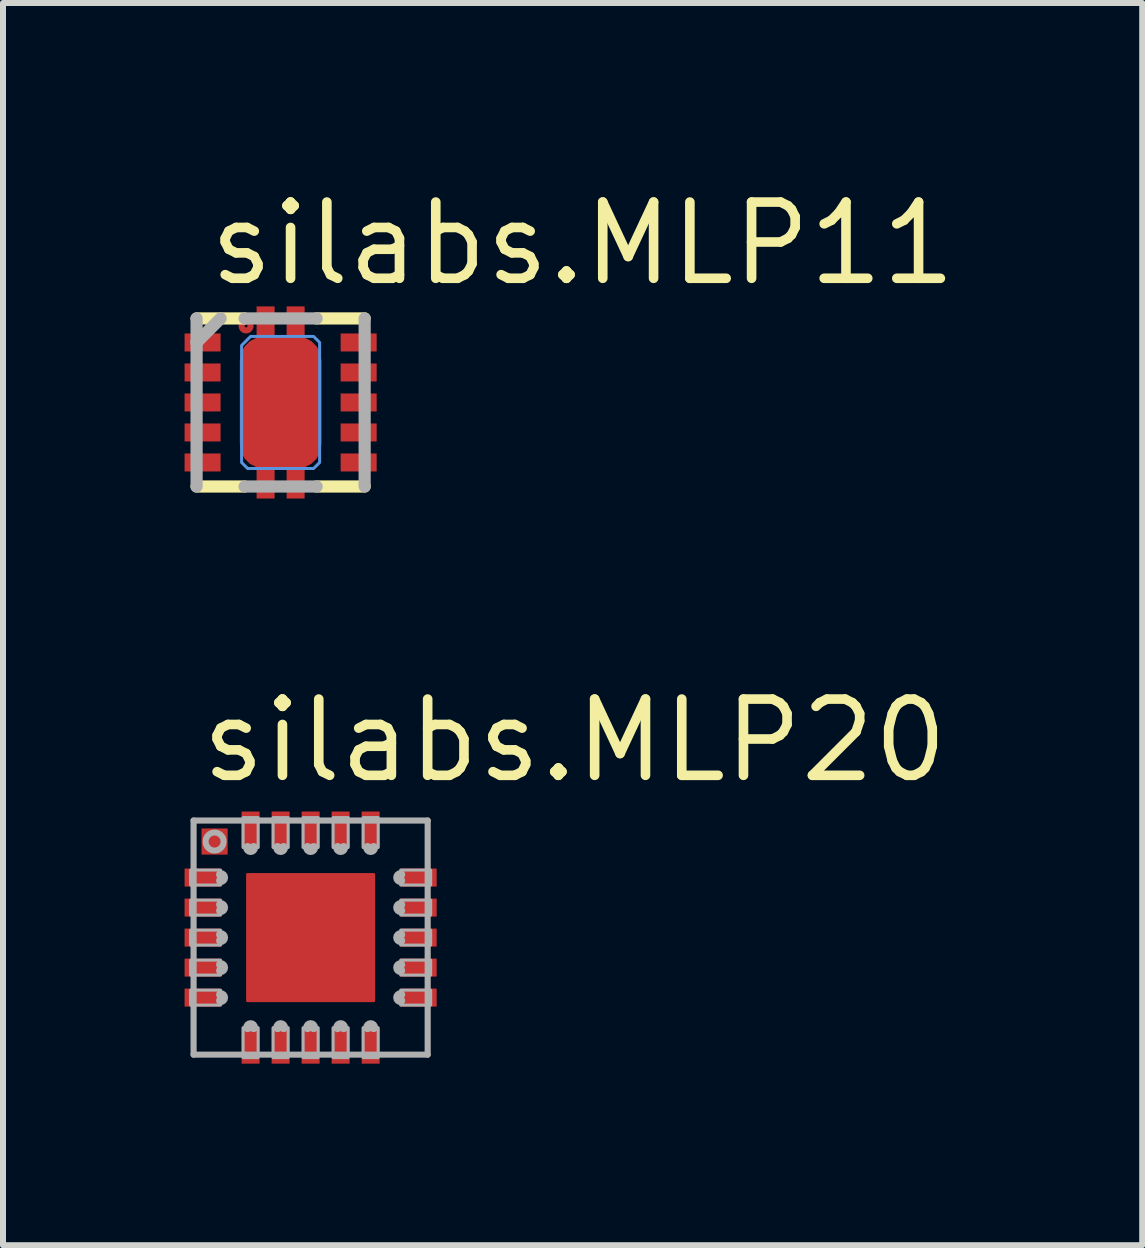
<source format=kicad_pcb>
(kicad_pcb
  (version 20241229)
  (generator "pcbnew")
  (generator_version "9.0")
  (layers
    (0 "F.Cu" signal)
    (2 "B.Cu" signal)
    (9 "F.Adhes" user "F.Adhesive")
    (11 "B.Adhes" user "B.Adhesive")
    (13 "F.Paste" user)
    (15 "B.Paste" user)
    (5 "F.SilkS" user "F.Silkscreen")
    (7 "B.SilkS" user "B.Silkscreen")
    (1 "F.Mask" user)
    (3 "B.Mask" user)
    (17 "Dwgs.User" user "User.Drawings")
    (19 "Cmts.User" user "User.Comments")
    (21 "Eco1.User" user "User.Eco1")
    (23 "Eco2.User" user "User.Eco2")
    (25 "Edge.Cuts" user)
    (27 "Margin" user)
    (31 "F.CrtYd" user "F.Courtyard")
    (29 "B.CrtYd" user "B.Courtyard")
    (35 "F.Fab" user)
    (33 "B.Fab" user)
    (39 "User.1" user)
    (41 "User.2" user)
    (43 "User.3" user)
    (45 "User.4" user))
  (footprint "silabs.MLP20"
    (layer "F.Cu")
    (at 2.125 12.57)
    (property "Reference" "silabs.MLP20" (at -1.905 -2.54 0) (layer "F.SilkS") (effects (font (size 1.27 1.27) (thickness 0.16)) (justify left bottom)))
    (attr smd)
    (fp_rect (start -2.1 -0.85) (end -1.5 -1.15) (stroke (width 0.05) (type default)) (fill yes) (layer "F.Mask"))
    (fp_rect (start -2.1 -0.35) (end -1.5 -0.65) (stroke (width 0.05) (type default)) (fill yes) (layer "F.Mask"))
    (fp_rect (start -2.1 0.15) (end -1.5 -0.15) (stroke (width 0.05) (type default)) (fill yes) (layer "F.Mask"))
    (fp_rect (start -2.1 0.65) (end -1.5 0.35) (stroke (width 0.05) (type default)) (fill yes) (layer "F.Mask"))
    (fp_rect (start -2.1 1.15) (end -1.5 0.85) (stroke (width 0.05) (type default)) (fill yes) (layer "F.Mask"))
    (fp_rect (start -1.82 -1.38) (end -1.38 -1.82) (stroke (width 0.05) (type default)) (fill yes) (layer "F.Mask"))
    (fp_rect (start -1.15 -1.5) (end -0.85 -2.1) (stroke (width 0.05) (type default)) (fill yes) (layer "F.Mask"))
    (fp_rect (start -1.15 2.1) (end -0.85 1.5) (stroke (width 0.05) (type default)) (fill yes) (layer "F.Mask"))
    (fp_rect (start -0.8 -0.6) (end -0.2 -0.9) (stroke (width 0.05) (type default)) (fill yes) (layer "F.Mask"))
    (fp_rect (start -0.8 -0.1) (end -0.2 -0.4) (stroke (width 0.05) (type default)) (fill yes) (layer "F.Mask"))
    (fp_rect (start -0.8 0.4) (end -0.2 0.1) (stroke (width 0.05) (type default)) (fill yes) (layer "F.Mask"))
    (fp_rect (start -0.8 0.9) (end -0.2 0.6) (stroke (width 0.05) (type default)) (fill yes) (layer "F.Mask"))
    (fp_rect (start -0.65 -1.5) (end -0.35 -2.1) (stroke (width 0.05) (type default)) (fill yes) (layer "F.Mask"))
    (fp_rect (start -0.65 2.1) (end -0.35 1.5) (stroke (width 0.05) (type default)) (fill yes) (layer "F.Mask"))
    (fp_rect (start -0.15 -1.5) (end 0.15 -2.1) (stroke (width 0.05) (type default)) (fill yes) (layer "F.Mask"))
    (fp_rect (start -0.15 2.1) (end 0.15 1.5) (stroke (width 0.05) (type default)) (fill yes) (layer "F.Mask"))
    (fp_rect (start 0.2 -0.6) (end 0.8 -0.9) (stroke (width 0.05) (type default)) (fill yes) (layer "F.Mask"))
    (fp_rect (start 0.2 -0.1) (end 0.8 -0.4) (stroke (width 0.05) (type default)) (fill yes) (layer "F.Mask"))
    (fp_rect (start 0.2 0.4) (end 0.8 0.1) (stroke (width 0.05) (type default)) (fill yes) (layer "F.Mask"))
    (fp_rect (start 0.2 0.9) (end 0.8 0.6) (stroke (width 0.05) (type default)) (fill yes) (layer "F.Mask"))
    (fp_rect (start 0.35 -1.5) (end 0.65 -2.1) (stroke (width 0.05) (type default)) (fill yes) (layer "F.Mask"))
    (fp_rect (start 0.35 2.1) (end 0.65 1.5) (stroke (width 0.05) (type default)) (fill yes) (layer "F.Mask"))
    (fp_rect (start 0.85 -1.5) (end 1.15 -2.1) (stroke (width 0.05) (type default)) (fill yes) (layer "F.Mask"))
    (fp_rect (start 0.85 2.1) (end 1.15 1.5) (stroke (width 0.05) (type default)) (fill yes) (layer "F.Mask"))
    (fp_rect (start 1.5 -0.85) (end 2.1 -1.15) (stroke (width 0.05) (type default)) (fill yes) (layer "F.Mask"))
    (fp_rect (start 1.5 -0.35) (end 2.1 -0.65) (stroke (width 0.05) (type default)) (fill yes) (layer "F.Mask"))
    (fp_rect (start 1.5 0.15) (end 2.1 -0.15) (stroke (width 0.05) (type default)) (fill yes) (layer "F.Mask"))
    (fp_rect (start 1.5 0.65) (end 2.1 0.35) (stroke (width 0.05) (type default)) (fill yes) (layer "F.Mask"))
    (fp_rect (start 1.5 1.15) (end 2.1 0.85) (stroke (width 0.05) (type default)) (fill yes) (layer "F.Mask"))
    (fp_rect (start -2.075 -0.875) (end -1.525 -1.125) (stroke (width 0.05) (type default)) (fill yes) (layer "F.Paste"))
    (fp_rect (start -2.075 -0.375) (end -1.525 -0.625) (stroke (width 0.05) (type default)) (fill yes) (layer "F.Paste"))
    (fp_rect (start -2.075 0.125) (end -1.525 -0.125) (stroke (width 0.05) (type default)) (fill yes) (layer "F.Paste"))
    (fp_rect (start -2.075 0.625) (end -1.525 0.375) (stroke (width 0.05) (type default)) (fill yes) (layer "F.Paste"))
    (fp_rect (start -2.075 1.125) (end -1.525 0.875) (stroke (width 0.05) (type default)) (fill yes) (layer "F.Paste"))
    (fp_rect (start -1.8 -1.4) (end -1.4 -1.8) (stroke (width 0.05) (type default)) (fill yes) (layer "F.Paste"))
    (fp_rect (start -1.125 -1.525) (end -0.875 -2.075) (stroke (width 0.05) (type default)) (fill yes) (layer "F.Paste"))
    (fp_rect (start -1.125 2.075) (end -0.875 1.525) (stroke (width 0.05) (type default)) (fill yes) (layer "F.Paste"))
    (fp_rect (start -0.775 -0.625) (end -0.225 -0.875) (stroke (width 0.05) (type default)) (fill yes) (layer "F.Paste"))
    (fp_rect (start -0.775 -0.125) (end -0.225 -0.375) (stroke (width 0.05) (type default)) (fill yes) (layer "F.Paste"))
    (fp_rect (start -0.775 0.375) (end -0.225 0.125) (stroke (width 0.05) (type default)) (fill yes) (layer "F.Paste"))
    (fp_rect (start -0.775 0.875) (end -0.225 0.625) (stroke (width 0.05) (type default)) (fill yes) (layer "F.Paste"))
    (fp_rect (start -0.625 -1.525) (end -0.375 -2.075) (stroke (width 0.05) (type default)) (fill yes) (layer "F.Paste"))
    (fp_rect (start -0.625 2.075) (end -0.375 1.525) (stroke (width 0.05) (type default)) (fill yes) (layer "F.Paste"))
    (fp_rect (start -0.125 -1.525) (end 0.125 -2.075) (stroke (width 0.05) (type default)) (fill yes) (layer "F.Paste"))
    (fp_rect (start -0.125 2.075) (end 0.125 1.525) (stroke (width 0.05) (type default)) (fill yes) (layer "F.Paste"))
    (fp_rect (start 0.225 -0.625) (end 0.775 -0.875) (stroke (width 0.05) (type default)) (fill yes) (layer "F.Paste"))
    (fp_rect (start 0.225 -0.125) (end 0.775 -0.375) (stroke (width 0.05) (type default)) (fill yes) (layer "F.Paste"))
    (fp_rect (start 0.225 0.375) (end 0.775 0.125) (stroke (width 0.05) (type default)) (fill yes) (layer "F.Paste"))
    (fp_rect (start 0.225 0.875) (end 0.775 0.625) (stroke (width 0.05) (type default)) (fill yes) (layer "F.Paste"))
    (fp_rect (start 0.375 -1.525) (end 0.625 -2.075) (stroke (width 0.05) (type default)) (fill yes) (layer "F.Paste"))
    (fp_rect (start 0.375 2.075) (end 0.625 1.525) (stroke (width 0.05) (type default)) (fill yes) (layer "F.Paste"))
    (fp_rect (start 0.875 -1.525) (end 1.125 -2.075) (stroke (width 0.05) (type default)) (fill yes) (layer "F.Paste"))
    (fp_rect (start 0.875 2.075) (end 1.125 1.525) (stroke (width 0.05) (type default)) (fill yes) (layer "F.Paste"))
    (fp_rect (start 1.525 -0.875) (end 2.075 -1.125) (stroke (width 0.05) (type default)) (fill yes) (layer "F.Paste"))
    (fp_rect (start 1.525 -0.375) (end 2.075 -0.625) (stroke (width 0.05) (type default)) (fill yes) (layer "F.Paste"))
    (fp_rect (start 1.525 0.125) (end 2.075 -0.125) (stroke (width 0.05) (type default)) (fill yes) (layer "F.Paste"))
    (fp_rect (start 1.525 0.625) (end 2.075 0.375) (stroke (width 0.05) (type default)) (fill yes) (layer "F.Paste"))
    (fp_rect (start 1.525 1.125) (end 2.075 0.875) (stroke (width 0.05) (type default)) (fill yes) (layer "F.Paste"))
    (fp_line (start -1.95 -1.95) (end 1.95 -1.95) (stroke (width 0.102) (type default)) (layer "F.Fab"))
    (fp_line (start -1.95 1.95) (end -1.95 -1.95) (stroke (width 0.102) (type default)) (layer "F.Fab"))
    (fp_line (start 1.95 -1.95) (end 1.95 1.95) (stroke (width 0.102) (type default)) (layer "F.Fab"))
    (fp_line (start 1.95 1.95) (end -1.95 1.95) (stroke (width 0.102) (type default)) (layer "F.Fab"))
    (fp_rect (start -2 -0.875) (end -1.5 -1.125) (stroke (width 0.05) (type default)) (fill no) (layer "F.Fab"))
    (fp_rect (start -2 -0.375) (end -1.5 -0.625) (stroke (width 0.05) (type default)) (fill no) (layer "F.Fab"))
    (fp_rect (start -2 0.125) (end -1.5 -0.125) (stroke (width 0.05) (type default)) (fill no) (layer "F.Fab"))
    (fp_rect (start -2 0.625) (end -1.5 0.375) (stroke (width 0.05) (type default)) (fill no) (layer "F.Fab"))
    (fp_rect (start -2 1.125) (end -1.5 0.875) (stroke (width 0.05) (type default)) (fill no) (layer "F.Fab"))
    (fp_rect (start -1.125 -1.5) (end -0.875 -2) (stroke (width 0.05) (type default)) (fill no) (layer "F.Fab"))
    (fp_rect (start -1.125 2) (end -0.875 1.5) (stroke (width 0.05) (type default)) (fill no) (layer "F.Fab"))
    (fp_rect (start -0.625 -1.5) (end -0.375 -2) (stroke (width 0.05) (type default)) (fill no) (layer "F.Fab"))
    (fp_rect (start -0.625 2) (end -0.375 1.5) (stroke (width 0.05) (type default)) (fill no) (layer "F.Fab"))
    (fp_rect (start -0.125 -1.5) (end 0.125 -2) (stroke (width 0.05) (type default)) (fill no) (layer "F.Fab"))
    (fp_rect (start -0.125 2) (end 0.125 1.5) (stroke (width 0.05) (type default)) (fill no) (layer "F.Fab"))
    (fp_rect (start 0.375 -1.5) (end 0.625 -2) (stroke (width 0.05) (type default)) (fill no) (layer "F.Fab"))
    (fp_rect (start 0.375 2) (end 0.625 1.5) (stroke (width 0.05) (type default)) (fill no) (layer "F.Fab"))
    (fp_rect (start 0.875 -1.5) (end 1.125 -2) (stroke (width 0.05) (type default)) (fill no) (layer "F.Fab"))
    (fp_rect (start 0.875 2) (end 1.125 1.5) (stroke (width 0.05) (type default)) (fill no) (layer "F.Fab"))
    (fp_rect (start 1.5 -0.875) (end 2 -1.125) (stroke (width 0.05) (type default)) (fill no) (layer "F.Fab"))
    (fp_rect (start 1.5 -0.375) (end 2 -0.625) (stroke (width 0.05) (type default)) (fill no) (layer "F.Fab"))
    (fp_rect (start 1.5 0.125) (end 2 -0.125) (stroke (width 0.05) (type default)) (fill no) (layer "F.Fab"))
    (fp_rect (start 1.5 0.625) (end 2 0.375) (stroke (width 0.05) (type default)) (fill no) (layer "F.Fab"))
    (fp_rect (start 1.5 1.125) (end 2 0.875) (stroke (width 0.05) (type default)) (fill no) (layer "F.Fab"))
    (fp_arc (start -1.5 -1.05) (mid -1.45 -1) (end -1.5 -0.95) (stroke (width 0.15) (type default)) (layer "F.Fab"))
    (fp_arc (start -1.5 -0.55) (mid -1.45 -0.5) (end -1.5 -0.45) (stroke (width 0.15) (type default)) (layer "F.Fab"))
    (fp_arc (start -1.5 -0.05) (mid -1.45 0) (end -1.5 0.05) (stroke (width 0.15) (type default)) (layer "F.Fab"))
    (fp_arc (start -1.5 0.45) (mid -1.45 0.5) (end -1.5 0.55) (stroke (width 0.15) (type default)) (layer "F.Fab"))
    (fp_arc (start -1.5 0.95) (mid -1.45 1) (end -1.5 1.05) (stroke (width 0.15) (type default)) (layer "F.Fab"))
    (fp_arc (start -1.05 1.5) (mid -1 1.45) (end -0.95 1.5) (stroke (width 0.15) (type default)) (layer "F.Fab"))
    (fp_arc (start -0.95 -1.5) (mid -1 -1.45) (end -1.05 -1.5) (stroke (width 0.15) (type default)) (layer "F.Fab"))
    (fp_arc (start -0.55 1.5) (mid -0.5 1.45) (end -0.45 1.5) (stroke (width 0.15) (type default)) (layer "F.Fab"))
    (fp_arc (start -0.45 -1.5) (mid -0.5 -1.45) (end -0.55 -1.5) (stroke (width 0.15) (type default)) (layer "F.Fab"))
    (fp_arc (start -0.05 1.5) (mid 0 1.45) (end 0.05 1.5) (stroke (width 0.15) (type default)) (layer "F.Fab"))
    (fp_arc (start 0.05 -1.5) (mid 0 -1.45) (end -0.05 -1.5) (stroke (width 0.15) (type default)) (layer "F.Fab"))
    (fp_arc (start 0.45 1.5) (mid 0.5 1.45) (end 0.55 1.5) (stroke (width 0.15) (type default)) (layer "F.Fab"))
    (fp_arc (start 0.55 -1.5) (mid 0.5 -1.45) (end 0.45 -1.5) (stroke (width 0.15) (type default)) (layer "F.Fab"))
    (fp_arc (start 0.95 1.5) (mid 1 1.45) (end 1.05 1.5) (stroke (width 0.15) (type default)) (layer "F.Fab"))
    (fp_arc (start 1.05 -1.5) (mid 1 -1.45) (end 0.95 -1.5) (stroke (width 0.15) (type default)) (layer "F.Fab"))
    (fp_arc (start 1.5 -0.95) (mid 1.45 -1) (end 1.5 -1.05) (stroke (width 0.15) (type default)) (layer "F.Fab"))
    (fp_arc (start 1.5 -0.45) (mid 1.45 -0.5) (end 1.5 -0.55) (stroke (width 0.15) (type default)) (layer "F.Fab"))
    (fp_arc (start 1.5 0.05) (mid 1.45 0) (end 1.5 -0.05) (stroke (width 0.15) (type default)) (layer "F.Fab"))
    (fp_arc (start 1.5 0.55) (mid 1.45 0.5) (end 1.5 0.45) (stroke (width 0.15) (type default)) (layer "F.Fab"))
    (fp_arc (start 1.5 1.05) (mid 1.45 1) (end 1.5 0.95) (stroke (width 0.15) (type default)) (layer "F.Fab"))
    (fp_circle (center -1.6 -1.6) (end -1.45 -1.6) (stroke (width 0.1) (type default)) (fill no) (layer "F.Fab"))
    (pad "1" smd roundrect (at -1.8 -1 90) (size 0.3 0.6) (layers "F.Cu" "F.Mask" "F.Paste") (roundrect_rratio 0.01))
    (pad "2" smd roundrect (at -1.8 -0.5 90) (size 0.3 0.6) (layers "F.Cu" "F.Mask" "F.Paste") (roundrect_rratio 0.01))
    (pad "3" smd roundrect (at -1.8 0 90) (size 0.3 0.6) (layers "F.Cu" "F.Mask" "F.Paste") (roundrect_rratio 0.01))
    (pad "4" smd roundrect (at -1.8 0.5 90) (size 0.3 0.6) (layers "F.Cu" "F.Mask" "F.Paste") (roundrect_rratio 0.01))
    (pad "5" smd roundrect (at -1.8 1 90) (size 0.3 0.6) (layers "F.Cu" "F.Mask" "F.Paste") (roundrect_rratio 0.01))
    (pad "6" smd roundrect (at -1 1.8 180) (size 0.3 0.6) (layers "F.Cu" "F.Mask" "F.Paste") (roundrect_rratio 0.01))
    (pad "7" smd roundrect (at -0.5 1.8 180) (size 0.3 0.6) (layers "F.Cu" "F.Mask" "F.Paste") (roundrect_rratio 0.01))
    (pad "8" smd roundrect (at 0 1.8 180) (size 0.3 0.6) (layers "F.Cu" "F.Mask" "F.Paste") (roundrect_rratio 0.01))
    (pad "9" smd roundrect (at 0.5 1.8 180) (size 0.3 0.6) (layers "F.Cu" "F.Mask" "F.Paste") (roundrect_rratio 0.01))
    (pad "10" smd roundrect (at 1 1.8 180) (size 0.3 0.6) (layers "F.Cu" "F.Mask" "F.Paste") (roundrect_rratio 0.01))
    (pad "11" smd roundrect (at 1.8 1 270) (size 0.3 0.6) (layers "F.Cu" "F.Mask" "F.Paste") (roundrect_rratio 0.01))
    (pad "12" smd roundrect (at 1.8 0.5 270) (size 0.3 0.6) (layers "F.Cu" "F.Mask" "F.Paste") (roundrect_rratio 0.01))
    (pad "13" smd roundrect (at 1.8 0 270) (size 0.3 0.6) (layers "F.Cu" "F.Mask" "F.Paste") (roundrect_rratio 0.01))
    (pad "14" smd roundrect (at 1.8 -0.5 270) (size 0.3 0.6) (layers "F.Cu" "F.Mask" "F.Paste") (roundrect_rratio 0.01))
    (pad "15" smd roundrect (at 1.8 -1 270) (size 0.3 0.6) (layers "F.Cu" "F.Mask" "F.Paste") (roundrect_rratio 0.01))
    (pad "16" smd roundrect (at 1 -1.8) (size 0.3 0.6) (layers "F.Cu" "F.Mask" "F.Paste") (roundrect_rratio 0.01))
    (pad "17" smd roundrect (at 0.5 -1.8) (size 0.3 0.6) (layers "F.Cu" "F.Mask" "F.Paste") (roundrect_rratio 0.01))
    (pad "18" smd roundrect (at 0 -1.8) (size 0.3 0.6) (layers "F.Cu" "F.Mask" "F.Paste") (roundrect_rratio 0.01))
    (pad "19" smd roundrect (at -0.5 -1.8) (size 0.3 0.6) (layers "F.Cu" "F.Mask" "F.Paste") (roundrect_rratio 0.01))
    (pad "20" smd roundrect (at -1 -1.8) (size 0.3 0.6) (layers "F.Cu" "F.Mask" "F.Paste") (roundrect_rratio 0.01))
    (pad "EXP" smd roundrect (at 0 0) (size 2.15 2.15) (layers "F.Cu" "F.Mask" "F.Paste") (roundrect_rratio 0.01))
    (pad "M" smd roundrect (at -1.6 -1.6) (size 0.435 0.435) (layers "F.Cu" "F.Mask" "F.Paste") (roundrect_rratio 0.01)))
  (footprint "silabs.MLP11"
    (layer "F.Cu")
    (at 1.625 3.655)
    (property "Reference" "silabs.MLP11" (at -1.27 -1.905 0) (layer "F.SilkS") (effects (font (size 1.27 1.27) (thickness 0.16)) (justify left bottom)))
    (attr smd)
    (fp_circle (center -0.575 -1.275) (end -0.5 -1.275) (stroke (width 0.1) (type default)) (fill no) (layer "F.Cu"))
    (fp_rect (start -1.6 -0.85) (end -1 -1.15) (stroke (width 0.05) (type default)) (fill yes) (layer "F.Mask"))
    (fp_rect (start -1.6 -0.35) (end -1 -0.65) (stroke (width 0.05) (type default)) (fill yes) (layer "F.Mask"))
    (fp_rect (start -1.6 0.15) (end -1 -0.15) (stroke (width 0.05) (type default)) (fill yes) (layer "F.Mask"))
    (fp_rect (start -1.6 0.65) (end -1 0.35) (stroke (width 0.05) (type default)) (fill yes) (layer "F.Mask"))
    (fp_rect (start -1.6 1.15) (end -1 0.85) (stroke (width 0.05) (type default)) (fill yes) (layer "F.Mask"))
    (fp_rect (start -0.4 -1) (end -0.1 -1.6) (stroke (width 0.05) (type default)) (fill yes) (layer "F.Mask"))
    (fp_rect (start -0.4 1.6) (end -0.1 1) (stroke (width 0.05) (type default)) (fill yes) (layer "F.Mask"))
    (fp_rect (start -0.3 -0.35) (end 0.3 -0.65) (stroke (width 0.05) (type default)) (fill yes) (layer "F.Mask"))
    (fp_rect (start -0.3 0.15) (end 0.3 -0.15) (stroke (width 0.05) (type default)) (fill yes) (layer "F.Mask"))
    (fp_rect (start -0.3 0.65) (end 0.3 0.35) (stroke (width 0.05) (type default)) (fill yes) (layer "F.Mask"))
    (fp_rect (start 0.1 -1) (end 0.4 -1.6) (stroke (width 0.05) (type default)) (fill yes) (layer "F.Mask"))
    (fp_rect (start 0.1 1.6) (end 0.4 1) (stroke (width 0.05) (type default)) (fill yes) (layer "F.Mask"))
    (fp_rect (start 1 -0.85) (end 1.6 -1.15) (stroke (width 0.05) (type default)) (fill yes) (layer "F.Mask"))
    (fp_rect (start 1 -0.35) (end 1.6 -0.65) (stroke (width 0.05) (type default)) (fill yes) (layer "F.Mask"))
    (fp_rect (start 1 0.15) (end 1.6 -0.15) (stroke (width 0.05) (type default)) (fill yes) (layer "F.Mask"))
    (fp_rect (start 1 0.65) (end 1.6 0.35) (stroke (width 0.05) (type default)) (fill yes) (layer "F.Mask"))
    (fp_rect (start 1 1.15) (end 1.6 0.85) (stroke (width 0.05) (type default)) (fill yes) (layer "F.Mask"))
    (fp_line (start -1.4 -1.4) (end -0.6 -1.4) (stroke (width 0.203) (type default)) (layer "F.SilkS"))
    (fp_line (start -0.6 1.4) (end -1.4 1.4) (stroke (width 0.203) (type default)) (layer "F.SilkS"))
    (fp_line (start 0.6 -1.4) (end 1.4 -1.4) (stroke (width 0.203) (type default)) (layer "F.SilkS"))
    (fp_line (start 1.4 1.4) (end 0.6 1.4) (stroke (width 0.203) (type default)) (layer "F.SilkS"))
    (fp_rect (start -1.59 -0.86) (end -1.01 -1.14) (stroke (width 0.05) (type default)) (fill yes) (layer "F.Paste"))
    (fp_rect (start -1.59 -0.36) (end -1.01 -0.64) (stroke (width 0.05) (type default)) (fill yes) (layer "F.Paste"))
    (fp_rect (start -1.59 0.14) (end -1.01 -0.14) (stroke (width 0.05) (type default)) (fill yes) (layer "F.Paste"))
    (fp_rect (start -1.59 0.64) (end -1.01 0.36) (stroke (width 0.05) (type default)) (fill yes) (layer "F.Paste"))
    (fp_rect (start -1.59 1.14) (end -1.01 0.86) (stroke (width 0.05) (type default)) (fill yes) (layer "F.Paste"))
    (fp_rect (start -0.39 -1.01) (end -0.11 -1.59) (stroke (width 0.05) (type default)) (fill yes) (layer "F.Paste"))
    (fp_rect (start -0.39 1.59) (end -0.11 1.01) (stroke (width 0.05) (type default)) (fill yes) (layer "F.Paste"))
    (fp_rect (start -0.29 -0.36) (end 0.29 -0.64) (stroke (width 0.05) (type default)) (fill yes) (layer "F.Paste"))
    (fp_rect (start -0.29 0.14) (end 0.29 -0.14) (stroke (width 0.05) (type default)) (fill yes) (layer "F.Paste"))
    (fp_rect (start -0.29 0.64) (end 0.29 0.36) (stroke (width 0.05) (type default)) (fill yes) (layer "F.Paste"))
    (fp_rect (start 0.11 -1.01) (end 0.39 -1.59) (stroke (width 0.05) (type default)) (fill yes) (layer "F.Paste"))
    (fp_rect (start 0.11 1.59) (end 0.39 1.01) (stroke (width 0.05) (type default)) (fill yes) (layer "F.Paste"))
    (fp_rect (start 1.01 -0.86) (end 1.59 -1.14) (stroke (width 0.05) (type default)) (fill yes) (layer "F.Paste"))
    (fp_rect (start 1.01 -0.36) (end 1.59 -0.64) (stroke (width 0.05) (type default)) (fill yes) (layer "F.Paste"))
    (fp_rect (start 1.01 0.14) (end 1.59 -0.14) (stroke (width 0.05) (type default)) (fill yes) (layer "F.Paste"))
    (fp_rect (start 1.01 0.64) (end 1.59 0.36) (stroke (width 0.05) (type default)) (fill yes) (layer "F.Paste"))
    (fp_rect (start 1.01 1.14) (end 1.59 0.86) (stroke (width 0.05) (type default)) (fill yes) (layer "F.Paste"))
    (fp_poly (pts (xy -0.5 -1.1) (xy 0.55 -1.1) (xy 0.65 -1) (xy 0.65 1) (xy 0.55 1.1) (xy -0.55 1.1) (xy -0.65 1) (xy -0.65 -0.95)) (stroke (width 0.05) (type default)) (fill no) (layer "Cmts.User"))
    (fp_line (start -1.4 -1) (end -1.4 -1.4) (stroke (width 0.203) (type default)) (layer "F.Fab"))
    (fp_line (start -1.4 1.4) (end -1.4 -1) (stroke (width 0.203) (type default)) (layer "F.Fab"))
    (fp_line (start -1 -1.4) (end -1.4 -1) (stroke (width 0.203) (type default)) (layer "F.Fab"))
    (fp_line (start -0.6 -1.4) (end 0.6 -1.4) (stroke (width 0.203) (type default)) (layer "F.Fab"))
    (fp_line (start 0.6 1.4) (end -0.6 1.4) (stroke (width 0.203) (type default)) (layer "F.Fab"))
    (fp_line (start 1.4 -1.4) (end 1.4 1.4) (stroke (width 0.203) (type default)) (layer "F.Fab"))
    (pad "1" smd roundrect (at -1.3 -1) (size 0.6 0.3) (layers "F.Cu" "F.Mask" "F.Paste") (roundrect_rratio 0.01))
    (pad "2" smd roundrect (at -1.3 -0.5) (size 0.6 0.3) (layers "F.Cu" "F.Mask" "F.Paste") (roundrect_rratio 0.01))
    (pad "3" smd roundrect (at -1.3 0) (size 0.6 0.3) (layers "F.Cu" "F.Mask" "F.Paste") (roundrect_rratio 0.01))
    (pad "4" smd roundrect (at -1.3 0.5) (size 0.6 0.3) (layers "F.Cu" "F.Mask" "F.Paste") (roundrect_rratio 0.01))
    (pad "5" smd roundrect (at -1.3 1) (size 0.6 0.3) (layers "F.Cu" "F.Mask" "F.Paste") (roundrect_rratio 0.01))
    (pad "6" smd roundrect (at 1.3 1) (size 0.6 0.3) (layers "F.Cu" "F.Mask" "F.Paste") (roundrect_rratio 0.01))
    (pad "7" smd roundrect (at 1.3 0.5) (size 0.6 0.3) (layers "F.Cu" "F.Mask" "F.Paste") (roundrect_rratio 0.01))
    (pad "8" smd roundrect (at 1.3 0) (size 0.6 0.3) (layers "F.Cu" "F.Mask" "F.Paste") (roundrect_rratio 0.01))
    (pad "9" smd roundrect (at 1.3 -0.5) (size 0.6 0.3) (layers "F.Cu" "F.Mask" "F.Paste") (roundrect_rratio 0.01))
    (pad "10" smd roundrect (at 1.3 -1) (size 0.6 0.3) (layers "F.Cu" "F.Mask" "F.Paste") (roundrect_rratio 0.01))
    (pad "G" smd roundrect (at 0 0) (size 1.36 2.2) (layers "F.Cu" "F.Mask" "F.Paste") (roundrect_rratio 0.3))
    (pad "G1" smd roundrect (at -0.25 -1.3 270) (size 0.6 0.3) (layers "F.Cu" "F.Mask" "F.Paste") (roundrect_rratio 0.01))
    (pad "G2" smd roundrect (at 0.25 -1.3 270) (size 0.6 0.3) (layers "F.Cu" "F.Mask" "F.Paste") (roundrect_rratio 0.01))
    (pad "G3" smd roundrect (at -0.25 1.3 90) (size 0.6 0.3) (layers "F.Cu" "F.Mask" "F.Paste") (roundrect_rratio 0.01))
    (pad "G4" smd roundrect (at 0.25 1.3 90) (size 0.6 0.3) (layers "F.Cu" "F.Mask" "F.Paste") (roundrect_rratio 0.01)))
  (gr_rect
    (start -3 -3)
    (end 15.979 17.695)
    (stroke (width 0.1) (type default))
    (fill no)
    (layer "Edge.Cuts")))
</source>
